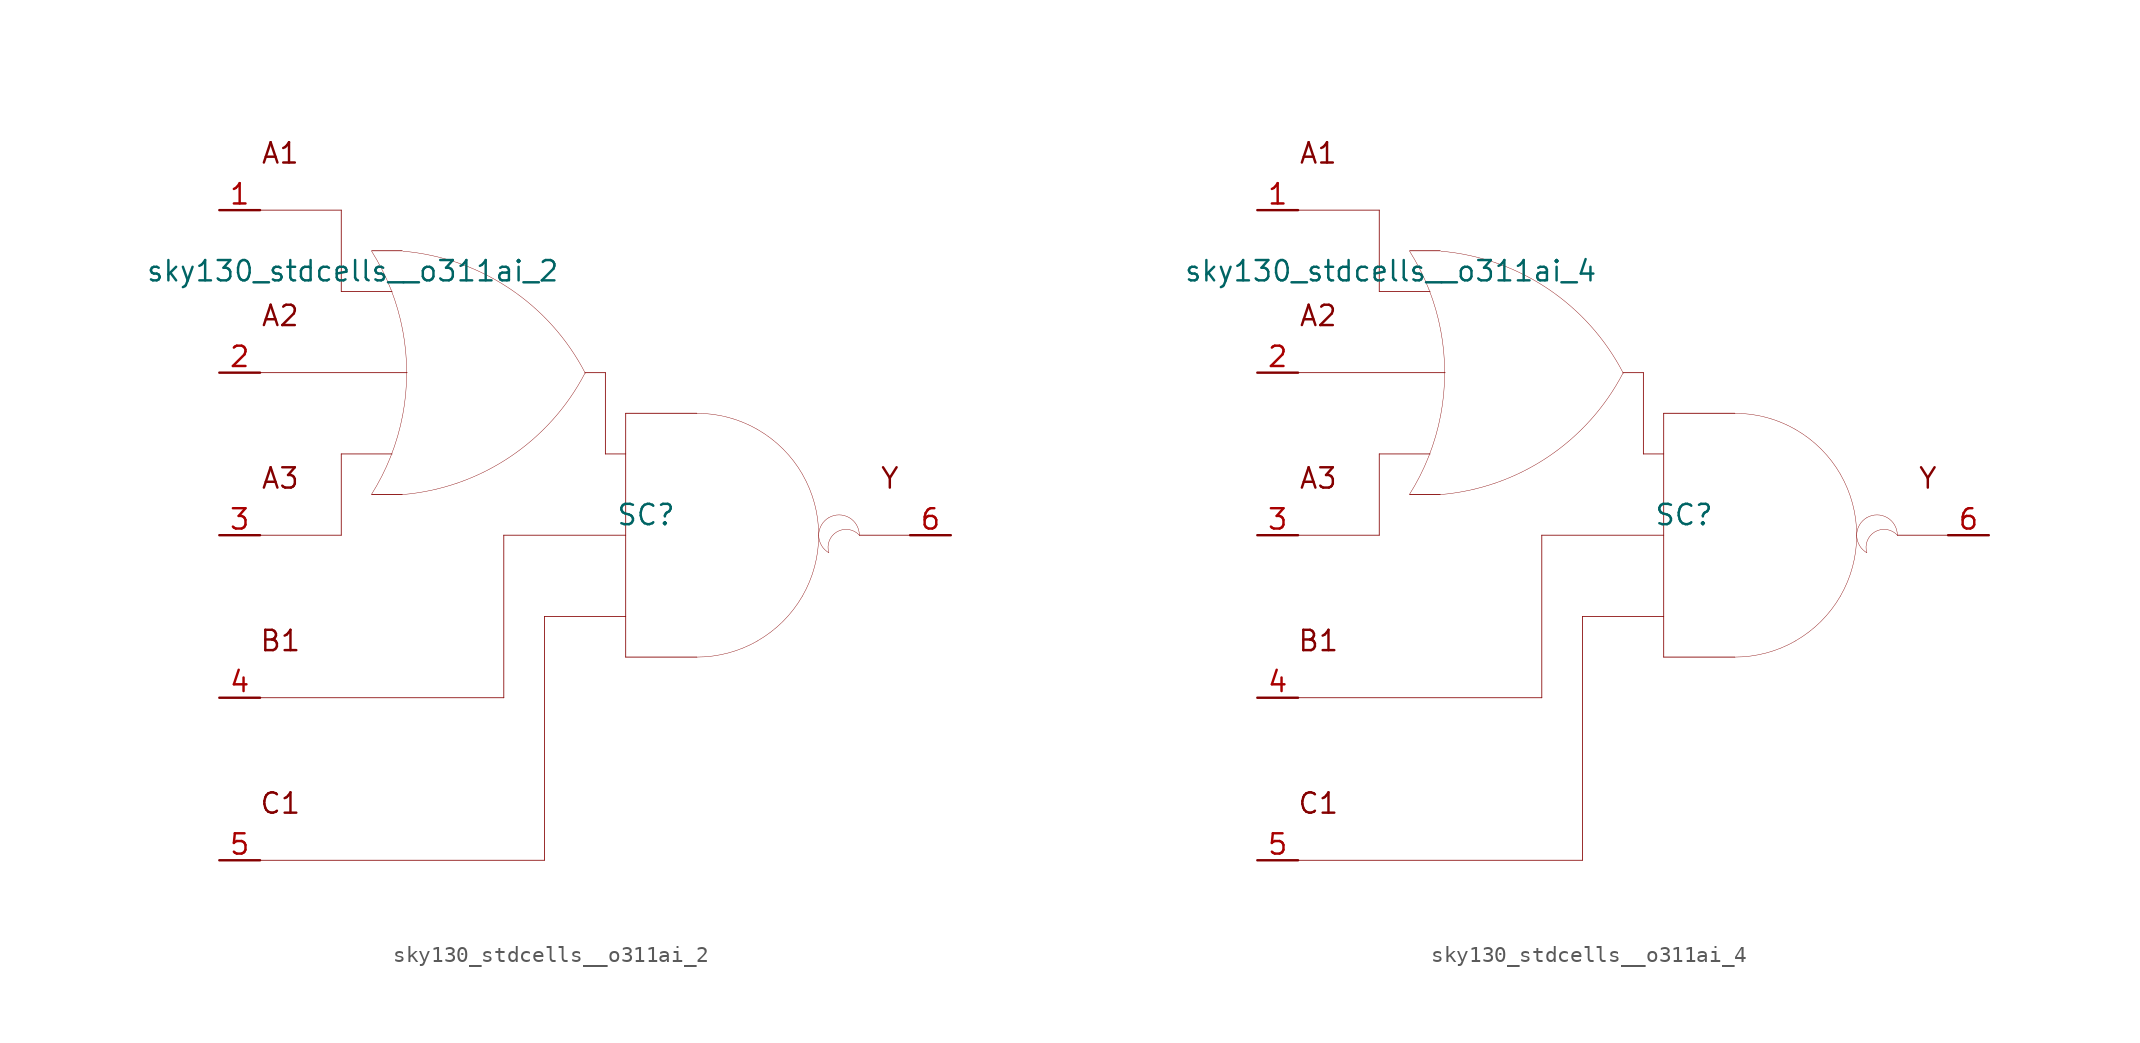
<source format=kicad_sym>
(kicad_symbol_lib
  (version 20211014)
  (generator kicad_symbol_editor)
  (symbol "sky130_stdcells__o311ai_2"
    (pin_names hide)
    (property "Reference" "SC"
      (at 3.81 1.27 0)
      (effects (font (size 1.27 1.27))))
    (property "Value" "sky130_stdcells__o311ai_2"
      (at -1.575 16.51 0)
      (effects (font (size 1.27 1.27)) (justify right)))
    (symbol "sky130_stdcells__o311ai_2_0_0"
      (arc (start -13.3555 2.5458) (mid -12.698 3.702) (end -12.1512 4.9144) (stroke (width 0.0254) (type default) (color 0 0 0 0)) (fill (type none)))
      (arc (start -12.1512 4.9144) (mid -11.7163 6.1845) (end -11.403 7.4899) (stroke (width 0.0254) (type default) (color 0 0 0 0)) (fill (type none)))
      (arc (start -12.133 15.3593) (mid -12.6812 16.5848) (end -13.3423 17.7532) (stroke (width 0.0254) (type default) (color 0 0 0 0)) (fill (type none)))
      (arc (start -11.435 2.5369) (mid -4.741 4.8614) (end -0.0041 10.1316) (stroke (width 0.0254) (type default) (color 0 0 0 0)) (fill (type none)))
      (arc (start -11.403 7.4899) (mid -11.2138 8.819) (end -11.1506 10.16) (stroke (width 0.0254) (type default) (color 0 0 0 0)) (fill (type none)))
      (arc (start -11.3984 12.8056) (mid -11.7061 14.0996) (end -12.133 15.3593) (stroke (width 0.0254) (type default) (color 0 0 0 0)) (fill (type none)))
      (arc (start -11.1506 10.16) (mid -11.2127 11.4886) (end -11.3984 12.8056) (stroke (width 0.0254) (type default) (color 0 0 0 0)) (fill (type none)))
      (polyline (pts (xy -20.32 -20.32) (xy -2.54 -20.32)) (stroke (width 0.051) (type default) (color 0 0 0 0)) (fill (type none)))
      (polyline (pts (xy -20.32 -10.16) (xy -5.08 -10.16)) (stroke (width 0.051) (type default) (color 0 0 0 0)) (fill (type none)))
      (polyline (pts (xy -20.32 0) (xy -15.24 0)) (stroke (width 0.051) (type default) (color 0 0 0 0)) (fill (type none)))
      (polyline (pts (xy -20.32 10.16) (xy -11.125 10.16)) (stroke (width 0.051) (type default) (color 0 0 0 0)) (fill (type none)))
      (polyline (pts (xy -20.32 20.32) (xy -15.24 20.32)) (stroke (width 0.051) (type default) (color 0 0 0 0)) (fill (type none)))
      (polyline (pts (xy -15.24 5.08) (xy -15.24 0)) (stroke (width 0.051) (type default) (color 0 0 0 0)) (fill (type none)))
      (polyline (pts (xy -15.24 5.08) (xy -12.065 5.08)) (stroke (width 0.051) (type default) (color 0 0 0 0)) (fill (type none)))
      (polyline (pts (xy -15.24 15.24) (xy -12.065 15.24)) (stroke (width 0.051) (type default) (color 0 0 0 0)) (fill (type none)))
      (polyline (pts (xy -15.24 20.32) (xy -15.24 15.24)) (stroke (width 0.051) (type default) (color 0 0 0 0)) (fill (type none)))
      (polyline (pts (xy -13.335 2.54) (xy -11.43 2.54)) (stroke (width 0.051) (type default) (color 0 0 0 0)) (fill (type none)))
      (polyline (pts (xy -13.335 17.78) (xy -11.43 17.78)) (stroke (width 0.051) (type default) (color 0 0 0 0)) (fill (type none)))
      (polyline (pts (xy -5.08 0) (xy -5.08 -10.16)) (stroke (width 0.051) (type default) (color 0 0 0 0)) (fill (type none)))
      (polyline (pts (xy -5.08 0) (xy 2.54 0)) (stroke (width 0.051) (type default) (color 0 0 0 0)) (fill (type none)))
      (polyline (pts (xy -2.54 -5.08) (xy -2.54 -20.32)) (stroke (width 0.051) (type default) (color 0 0 0 0)) (fill (type none)))
      (polyline (pts (xy -2.54 -5.08) (xy 2.54 -5.08)) (stroke (width 0.051) (type default) (color 0 0 0 0)) (fill (type none)))
      (polyline (pts (xy 0 10.16) (xy 1.27 10.16)) (stroke (width 0.051) (type default) (color 0 0 0 0)) (fill (type none)))
      (polyline (pts (xy 1.27 5.08) (xy 2.54 5.08)) (stroke (width 0.051) (type default) (color 0 0 0 0)) (fill (type none)))
      (polyline (pts (xy 1.27 10.16) (xy 1.27 5.08)) (stroke (width 0.051) (type default) (color 0 0 0 0)) (fill (type none)))
      (polyline (pts (xy 2.54 -7.62) (xy 6.985 -7.62)) (stroke (width 0.051) (type default) (color 0 0 0 0)) (fill (type none)))
      (polyline (pts (xy 2.54 7.62) (xy 2.54 -7.62)) (stroke (width 0.051) (type default) (color 0 0 0 0)) (fill (type none)))
      (polyline (pts (xy 2.54 7.62) (xy 6.985 7.62)) (stroke (width 0.051) (type default) (color 0 0 0 0)) (fill (type none)))
      (polyline (pts (xy 17.145 0) (xy 20.32 0)) (stroke (width 0.051) (type default) (color 0 0 0 0)) (fill (type none)))
      (arc (start 0.0187 10.119) (mid -4.6998 15.4056) (end -11.3856 17.7535) (stroke (width 0.0254) (type default) (color 0 0 0 0)) (fill (type none)))
      (arc (start 6.985 -7.62) (mid 8.9572 -7.3604) (end 10.795 -6.5991) (stroke (width 0.0254) (type default) (color 0 0 0 0)) (fill (type none)))
      (arc (start 10.795 -6.5991) (mid 12.3731 -5.3881) (end 13.5841 -3.81) (stroke (width 0.0254) (type default) (color 0 0 0 0)) (fill (type none)))
      (arc (start 10.795 6.5991) (mid 8.9572 7.3603) (end 6.985 7.62) (stroke (width 0.0254) (type default) (color 0 0 0 0)) (fill (type none)))
      (arc (start 13.5841 -3.81) (mid 14.3453 -1.9722) (end 14.605 0) (stroke (width 0.0254) (type default) (color 0 0 0 0)) (fill (type none)))
      (arc (start 13.5841 3.81) (mid 12.3731 5.3881) (end 10.795 6.5991) (stroke (width 0.0254) (type default) (color 0 0 0 0)) (fill (type none)))
      (arc (start 14.605 0) (mid 14.3454 1.9722) (end 13.5841 3.81) (stroke (width 0.0254) (type default) (color 0 0 0 0)) (fill (type none)))
      (arc (start 15.24 1.0999) (mid 14.605 0) (end 15.24 -1.0999) (stroke (width 0.0254) (type default) (color 0 0 0 0)) (fill (type none)))
      (arc (start 17.145 0) (mid 15.2881 0.4743) (end 15.24 -1.0999) (stroke (width 0.0254) (type default) (color 0 0 0 0)) (fill (type none)))
      (arc (start 17.145 0) (mid 16.51 1.0998) (end 15.24 1.0999) (stroke (width 0.0254) (type default) (color 0 0 0 0)) (fill (type none)))
      (text "A1" (at -19.05 23.876 0) (effects (font (size 1.27 1.27))))
      (text "A2" (at -19.05 13.716 0) (effects (font (size 1.27 1.27))))
      (text "A3" (at -19.05 3.556 0) (effects (font (size 1.27 1.27))))
      (text "B1" (at -19.05 -6.604 0) (effects (font (size 1.27 1.27))))
      (text "C1" (at -19.05 -16.764 0) (effects (font (size 1.27 1.27))))
      (text "Y" (at 19.05 3.556 0) (effects (font (size 1.27 1.27)))))
    (symbol "sky130_stdcells__o311ai_2_1_1"
      (pin input line (at -22.86 20.32 0) (length 2.54) (name "A1" (effects (font (size 1.092 1.092)))) (number "1" (effects (font (size 1.27 1.27)))))
      (pin input line (at -22.86 10.16 0) (length 2.54) (name "A2" (effects (font (size 1.092 1.092)))) (number "2" (effects (font (size 1.27 1.27)))))
      (pin input line (at -22.86 0 0) (length 2.54) (name "A3" (effects (font (size 1.092 1.092)))) (number "3" (effects (font (size 1.27 1.27)))))
      (pin input line (at -22.86 -10.16 0) (length 2.54) (name "B1" (effects (font (size 1.092 1.092)))) (number "4" (effects (font (size 1.27 1.27)))))
      (pin input line (at -22.86 -20.32 0) (length 2.54) (name "C1" (effects (font (size 1.092 1.092)))) (number "5" (effects (font (size 1.27 1.27)))))
      (pin output line (at 22.86 0 180) (length 2.54) (name "Y" (effects (font (size 1.092 1.092)))) (number "6" (effects (font (size 1.27 1.27)))))))
  (symbol "sky130_stdcells__o311ai_4"
    (pin_names hide)
    (property "Reference" "SC"
      (at 3.81 1.27 0)
      (effects (font (size 1.27 1.27))))
    (property "Value" "sky130_stdcells__o311ai_4"
      (at -1.575 16.51 0)
      (effects (font (size 1.27 1.27)) (justify right)))
    (symbol "sky130_stdcells__o311ai_4_0_0"
      (arc (start -13.3555 2.5458) (mid -12.698 3.702) (end -12.1512 4.9144) (stroke (width 0.0254) (type default) (color 0 0 0 0)) (fill (type none)))
      (arc (start -12.1512 4.9144) (mid -11.7163 6.1845) (end -11.403 7.4899) (stroke (width 0.0254) (type default) (color 0 0 0 0)) (fill (type none)))
      (arc (start -12.133 15.3593) (mid -12.6812 16.5848) (end -13.3423 17.7532) (stroke (width 0.0254) (type default) (color 0 0 0 0)) (fill (type none)))
      (arc (start -11.435 2.5369) (mid -4.741 4.8614) (end -0.0041 10.1316) (stroke (width 0.0254) (type default) (color 0 0 0 0)) (fill (type none)))
      (arc (start -11.403 7.4899) (mid -11.2138 8.819) (end -11.1506 10.16) (stroke (width 0.0254) (type default) (color 0 0 0 0)) (fill (type none)))
      (arc (start -11.3984 12.8056) (mid -11.7061 14.0996) (end -12.133 15.3593) (stroke (width 0.0254) (type default) (color 0 0 0 0)) (fill (type none)))
      (arc (start -11.1506 10.16) (mid -11.2127 11.4886) (end -11.3984 12.8056) (stroke (width 0.0254) (type default) (color 0 0 0 0)) (fill (type none)))
      (polyline (pts (xy -20.32 -20.32) (xy -2.54 -20.32)) (stroke (width 0.051) (type default) (color 0 0 0 0)) (fill (type none)))
      (polyline (pts (xy -20.32 -10.16) (xy -5.08 -10.16)) (stroke (width 0.051) (type default) (color 0 0 0 0)) (fill (type none)))
      (polyline (pts (xy -20.32 0) (xy -15.24 0)) (stroke (width 0.051) (type default) (color 0 0 0 0)) (fill (type none)))
      (polyline (pts (xy -20.32 10.16) (xy -11.125 10.16)) (stroke (width 0.051) (type default) (color 0 0 0 0)) (fill (type none)))
      (polyline (pts (xy -20.32 20.32) (xy -15.24 20.32)) (stroke (width 0.051) (type default) (color 0 0 0 0)) (fill (type none)))
      (polyline (pts (xy -15.24 5.08) (xy -15.24 0)) (stroke (width 0.051) (type default) (color 0 0 0 0)) (fill (type none)))
      (polyline (pts (xy -15.24 5.08) (xy -12.065 5.08)) (stroke (width 0.051) (type default) (color 0 0 0 0)) (fill (type none)))
      (polyline (pts (xy -15.24 15.24) (xy -12.065 15.24)) (stroke (width 0.051) (type default) (color 0 0 0 0)) (fill (type none)))
      (polyline (pts (xy -15.24 20.32) (xy -15.24 15.24)) (stroke (width 0.051) (type default) (color 0 0 0 0)) (fill (type none)))
      (polyline (pts (xy -13.335 2.54) (xy -11.43 2.54)) (stroke (width 0.051) (type default) (color 0 0 0 0)) (fill (type none)))
      (polyline (pts (xy -13.335 17.78) (xy -11.43 17.78)) (stroke (width 0.051) (type default) (color 0 0 0 0)) (fill (type none)))
      (polyline (pts (xy -5.08 0) (xy -5.08 -10.16)) (stroke (width 0.051) (type default) (color 0 0 0 0)) (fill (type none)))
      (polyline (pts (xy -5.08 0) (xy 2.54 0)) (stroke (width 0.051) (type default) (color 0 0 0 0)) (fill (type none)))
      (polyline (pts (xy -2.54 -5.08) (xy -2.54 -20.32)) (stroke (width 0.051) (type default) (color 0 0 0 0)) (fill (type none)))
      (polyline (pts (xy -2.54 -5.08) (xy 2.54 -5.08)) (stroke (width 0.051) (type default) (color 0 0 0 0)) (fill (type none)))
      (polyline (pts (xy 0 10.16) (xy 1.27 10.16)) (stroke (width 0.051) (type default) (color 0 0 0 0)) (fill (type none)))
      (polyline (pts (xy 1.27 5.08) (xy 2.54 5.08)) (stroke (width 0.051) (type default) (color 0 0 0 0)) (fill (type none)))
      (polyline (pts (xy 1.27 10.16) (xy 1.27 5.08)) (stroke (width 0.051) (type default) (color 0 0 0 0)) (fill (type none)))
      (polyline (pts (xy 2.54 -7.62) (xy 6.985 -7.62)) (stroke (width 0.051) (type default) (color 0 0 0 0)) (fill (type none)))
      (polyline (pts (xy 2.54 7.62) (xy 2.54 -7.62)) (stroke (width 0.051) (type default) (color 0 0 0 0)) (fill (type none)))
      (polyline (pts (xy 2.54 7.62) (xy 6.985 7.62)) (stroke (width 0.051) (type default) (color 0 0 0 0)) (fill (type none)))
      (polyline (pts (xy 17.145 0) (xy 20.32 0)) (stroke (width 0.051) (type default) (color 0 0 0 0)) (fill (type none)))
      (arc (start 0.0187 10.119) (mid -4.6998 15.4056) (end -11.3856 17.7535) (stroke (width 0.0254) (type default) (color 0 0 0 0)) (fill (type none)))
      (arc (start 6.985 -7.62) (mid 8.9572 -7.3604) (end 10.795 -6.5991) (stroke (width 0.0254) (type default) (color 0 0 0 0)) (fill (type none)))
      (arc (start 10.795 -6.5991) (mid 12.3731 -5.3881) (end 13.5841 -3.81) (stroke (width 0.0254) (type default) (color 0 0 0 0)) (fill (type none)))
      (arc (start 10.795 6.5991) (mid 8.9572 7.3603) (end 6.985 7.62) (stroke (width 0.0254) (type default) (color 0 0 0 0)) (fill (type none)))
      (arc (start 13.5841 -3.81) (mid 14.3453 -1.9722) (end 14.605 0) (stroke (width 0.0254) (type default) (color 0 0 0 0)) (fill (type none)))
      (arc (start 13.5841 3.81) (mid 12.3731 5.3881) (end 10.795 6.5991) (stroke (width 0.0254) (type default) (color 0 0 0 0)) (fill (type none)))
      (arc (start 14.605 0) (mid 14.3454 1.9722) (end 13.5841 3.81) (stroke (width 0.0254) (type default) (color 0 0 0 0)) (fill (type none)))
      (arc (start 15.24 1.0999) (mid 14.605 0) (end 15.24 -1.0999) (stroke (width 0.0254) (type default) (color 0 0 0 0)) (fill (type none)))
      (arc (start 17.145 0) (mid 15.2881 0.4743) (end 15.24 -1.0999) (stroke (width 0.0254) (type default) (color 0 0 0 0)) (fill (type none)))
      (arc (start 17.145 0) (mid 16.51 1.0998) (end 15.24 1.0999) (stroke (width 0.0254) (type default) (color 0 0 0 0)) (fill (type none)))
      (text "A1" (at -19.05 23.876 0) (effects (font (size 1.27 1.27))))
      (text "A2" (at -19.05 13.716 0) (effects (font (size 1.27 1.27))))
      (text "A3" (at -19.05 3.556 0) (effects (font (size 1.27 1.27))))
      (text "B1" (at -19.05 -6.604 0) (effects (font (size 1.27 1.27))))
      (text "C1" (at -19.05 -16.764 0) (effects (font (size 1.27 1.27))))
      (text "Y" (at 19.05 3.556 0) (effects (font (size 1.27 1.27)))))
    (symbol "sky130_stdcells__o311ai_4_1_1"
      (pin input line (at -22.86 20.32 0) (length 2.54) (name "A1" (effects (font (size 1.092 1.092)))) (number "1" (effects (font (size 1.27 1.27)))))
      (pin input line (at -22.86 10.16 0) (length 2.54) (name "A2" (effects (font (size 1.092 1.092)))) (number "2" (effects (font (size 1.27 1.27)))))
      (pin input line (at -22.86 0 0) (length 2.54) (name "A3" (effects (font (size 1.092 1.092)))) (number "3" (effects (font (size 1.27 1.27)))))
      (pin input line (at -22.86 -10.16 0) (length 2.54) (name "B1" (effects (font (size 1.092 1.092)))) (number "4" (effects (font (size 1.27 1.27)))))
      (pin input line (at -22.86 -20.32 0) (length 2.54) (name "C1" (effects (font (size 1.092 1.092)))) (number "5" (effects (font (size 1.27 1.27)))))
      (pin output line (at 22.86 0 180) (length 2.54) (name "Y" (effects (font (size 1.092 1.092)))) (number "6" (effects (font (size 1.27 1.27))))))))
</source>
